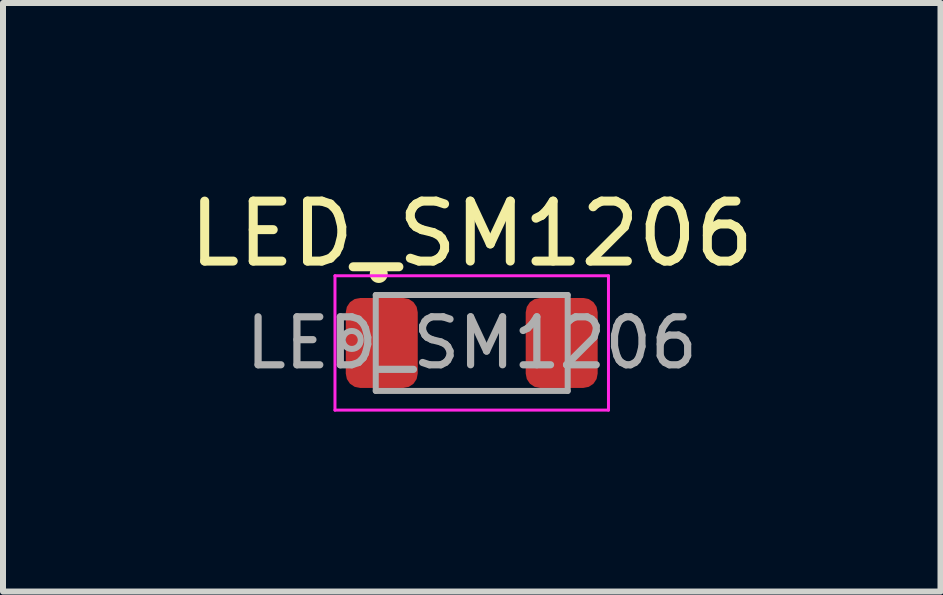
<source format=kicad_pcb>
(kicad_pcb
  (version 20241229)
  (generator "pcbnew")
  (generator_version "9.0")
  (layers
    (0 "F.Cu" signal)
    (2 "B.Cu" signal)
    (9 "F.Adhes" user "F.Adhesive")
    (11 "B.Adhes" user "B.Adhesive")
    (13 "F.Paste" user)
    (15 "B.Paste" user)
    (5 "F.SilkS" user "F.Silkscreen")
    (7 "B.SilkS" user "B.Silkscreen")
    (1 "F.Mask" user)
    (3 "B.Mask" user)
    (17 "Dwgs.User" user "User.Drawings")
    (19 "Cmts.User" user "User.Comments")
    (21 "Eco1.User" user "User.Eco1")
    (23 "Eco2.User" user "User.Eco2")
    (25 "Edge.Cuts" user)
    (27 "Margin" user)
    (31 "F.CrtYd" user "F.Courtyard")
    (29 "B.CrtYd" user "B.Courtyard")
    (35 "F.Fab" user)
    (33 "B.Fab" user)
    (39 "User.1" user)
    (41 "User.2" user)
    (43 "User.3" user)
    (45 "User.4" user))
  (footprint "LED_SM1206"
    (layer "F.Cu")
    (at 4.815 2.668)
    (property "Reference" "LED_SM1206" (at 0 -1.82 0) (layer "F.SilkS") (effects (font (size 1 1) (thickness 0.15))))
    (attr smd)
    (fp_circle (center -1.55 -1.15) (end -1.45 -1.15) (stroke (width 0.1) (type solid)) (fill yes) (layer "F.SilkS"))
    (fp_line (start -2.28 -1.12) (end 2.28 -1.12) (stroke (width 0.05) (type solid)) (layer "F.CrtYd"))
    (fp_line (start -2.28 1.12) (end -2.28 -1.12) (stroke (width 0.05) (type solid)) (layer "F.CrtYd"))
    (fp_line (start 2.28 -1.12) (end 2.28 1.12) (stroke (width 0.05) (type solid)) (layer "F.CrtYd"))
    (fp_line (start 2.28 1.12) (end -2.28 1.12) (stroke (width 0.05) (type solid)) (layer "F.CrtYd"))
    (fp_line (start -1.6 -0.8) (end -1.6 0.8) (stroke (width 0.1) (type solid)) (layer "F.Fab"))
    (fp_line (start -1.6 0.8) (end 1.6 0.8) (stroke (width 0.1) (type solid)) (layer "F.Fab"))
    (fp_line (start 1.6 -0.8) (end -1.6 -0.8) (stroke (width 0.1) (type solid)) (layer "F.Fab"))
    (fp_line (start 1.6 0.8) (end 1.6 -0.8) (stroke (width 0.1) (type solid)) (layer "F.Fab"))
    (fp_circle (center -2 -0.05) (end -1.85 -0.05) (stroke (width 0.1) (type solid)) (fill no) (layer "F.Fab"))
    (fp_text user "${REFERENCE}" (at 0 0 0) (layer "F.Fab") (effects (font (size 0.8 0.8) (thickness 0.12))))
    (pad "1" smd roundrect (at -1.5 0) (size 1.2 1.5) (layers "F.Cu" "F.Mask" "F.Paste") (roundrect_rratio 0.2))
    (pad "2" smd roundrect (at 1.5 0) (size 1.2 1.5) (layers "F.Cu" "F.Mask" "F.Paste") (roundrect_rratio 0.2)))
  (gr_rect
    (start -3 -3)
    (end 12.631 6.813)
    (stroke (width 0.1) (type default))
    (fill no)
    (layer "Edge.Cuts")))
</source>
